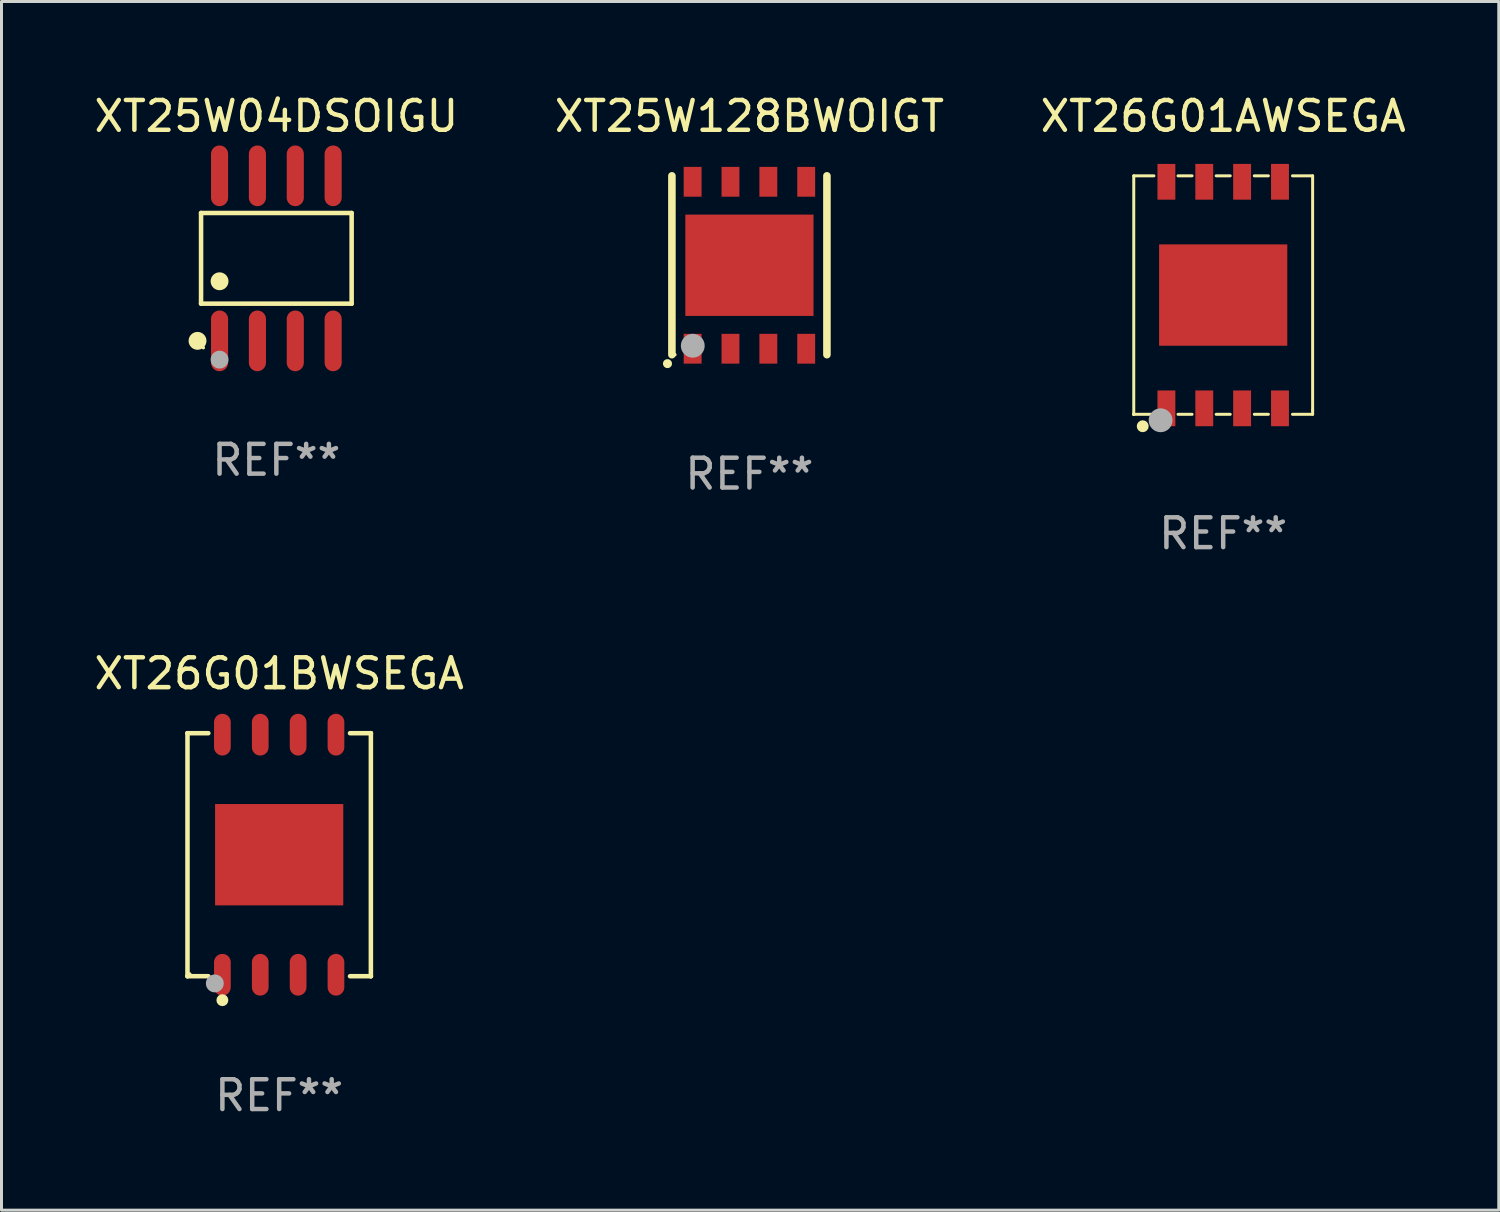
<source format=kicad_pcb>
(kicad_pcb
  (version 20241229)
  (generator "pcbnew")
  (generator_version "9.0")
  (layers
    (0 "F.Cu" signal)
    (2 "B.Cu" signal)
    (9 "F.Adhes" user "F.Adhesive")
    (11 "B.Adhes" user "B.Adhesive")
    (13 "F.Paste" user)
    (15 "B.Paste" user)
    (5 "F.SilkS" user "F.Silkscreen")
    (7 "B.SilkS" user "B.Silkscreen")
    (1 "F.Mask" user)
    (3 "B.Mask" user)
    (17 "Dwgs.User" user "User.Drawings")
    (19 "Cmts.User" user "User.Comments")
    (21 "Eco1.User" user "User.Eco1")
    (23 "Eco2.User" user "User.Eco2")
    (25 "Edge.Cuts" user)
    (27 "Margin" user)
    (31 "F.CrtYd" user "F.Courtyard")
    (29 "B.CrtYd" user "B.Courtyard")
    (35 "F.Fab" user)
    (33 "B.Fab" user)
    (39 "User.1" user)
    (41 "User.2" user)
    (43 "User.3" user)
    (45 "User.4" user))
  (footprint "XT25W04DSOIGU"
    (layer "F.Cu")
    (at 6.22 5.616)
    (property "Reference" "XT25W04DSOIGU" (at 0 -4.768 0) (layer "F.SilkS") (effects (font (size 1 1) (thickness 0.15))))
    (attr through_hole)
    (fp_line (start -2.526 -1.521) (end 2.526 -1.521) (stroke (width 0.152) (type solid)) (layer "F.SilkS"))
    (fp_line (start -2.526 1.521) (end -2.526 -1.521) (stroke (width 0.152) (type solid)) (layer "F.SilkS"))
    (fp_line (start 2.526 -1.521) (end 2.526 1.521) (stroke (width 0.152) (type solid)) (layer "F.SilkS"))
    (fp_line (start 2.526 1.521) (end -2.526 1.521) (stroke (width 0.152) (type solid)) (layer "F.SilkS"))
    (fp_circle (center -2.644 2.768) (end -2.494 2.768) (stroke (width 0.3) (type solid)) (fill no) (layer "F.SilkS"))
    (fp_circle (center -2.45 2.998) (end -2.42 2.998) (stroke (width 0.06) (type solid)) (fill no) (layer "F.SilkS"))
    (fp_circle (center -1.905 0.769) (end -1.755 0.769) (stroke (width 0.3) (type solid)) (fill no) (layer "F.SilkS"))
    (fp_circle (center -1.905 3.398) (end -1.755 3.398) (stroke (width 0.3) (type solid)) (fill no) (layer "F.Fab"))
    (fp_text user "REF**" (at 0 6.768 0) (layer "F.Fab") (effects (font (size 1 1) (thickness 0.15))))
    (pad "1" smd oval (at -1.905 2.768) (size 0.574 2.036) (layers "F.Cu" "F.Mask" "F.Paste"))
    (pad "2" smd oval (at -0.635 2.768) (size 0.574 2.036) (layers "F.Cu" "F.Mask" "F.Paste"))
    (pad "3" smd oval (at 0.635 2.768) (size 0.574 2.036) (layers "F.Cu" "F.Mask" "F.Paste"))
    (pad "4" smd oval (at 1.905 2.768) (size 0.574 2.036) (layers "F.Cu" "F.Mask" "F.Paste"))
    (pad "5" smd oval (at 1.905 -2.768) (size 0.574 2.036) (layers "F.Cu" "F.Mask" "F.Paste"))
    (pad "6" smd oval (at 0.635 -2.768) (size 0.574 2.036) (layers "F.Cu" "F.Mask" "F.Paste"))
    (pad "7" smd oval (at -0.635 -2.768) (size 0.574 2.036) (layers "F.Cu" "F.Mask" "F.Paste"))
    (pad "8" smd oval (at -1.905 -2.768) (size 0.574 2.036) (layers "F.Cu" "F.Mask" "F.Paste")))
  (footprint "XT25W128BWOIGT"
    (layer "F.Cu")
    (at 22.089 5.848)
    (property "Reference" "XT25W128BWOIGT" (at 0 -5 0) (layer "F.SilkS") (effects (font (size 1 1) (thickness 0.15))))
    (attr through_hole)
    (fp_line (start -2.6 3) (end -2.6 -3) (stroke (width 0.254) (type solid)) (layer "F.SilkS"))
    (fp_line (start 2.6 3) (end 2.6 -3) (stroke (width 0.254) (type solid)) (layer "F.SilkS"))
    (fp_arc (start -2.74986 3.300127) (mid -2.74859 3.300122) (end -2.74732 3.300127) (stroke (width 0.3) (type solid)) (layer "F.SilkS"))
    (fp_circle (center -2.5 3) (end -2.47 3) (stroke (width 0.06) (type solid)) (fill no) (layer "F.SilkS"))
    (fp_circle (center -1.9 2.7) (end -1.7 2.7) (stroke (width 0.4) (type solid)) (fill no) (layer "F.Fab"))
    (fp_text user "REF**" (at 0 7 0) (layer "F.Fab") (effects (font (size 1 1) (thickness 0.15))))
    (pad "1" smd rect (at -1.905 2.8 180) (size 0.6 1) (layers "F.Cu" "F.Mask" "F.Paste"))
    (pad "2" smd rect (at -0.635 2.8 180) (size 0.6 1) (layers "F.Cu" "F.Mask" "F.Paste"))
    (pad "3" smd rect (at 0.635 2.8 180) (size 0.6 1) (layers "F.Cu" "F.Mask" "F.Paste"))
    (pad "4" smd rect (at 1.905 2.8 180) (size 0.6 1) (layers "F.Cu" "F.Mask" "F.Paste"))
    (pad "5" smd rect (at 1.905 -2.8) (size 0.6 1) (layers "F.Cu" "F.Mask" "F.Paste"))
    (pad "6" smd rect (at 0.635 -2.8) (size 0.6 1) (layers "F.Cu" "F.Mask" "F.Paste"))
    (pad "7" smd rect (at -0.635 -2.8) (size 0.6 1) (layers "F.Cu" "F.Mask" "F.Paste"))
    (pad "8" smd rect (at -1.905 -2.8) (size 0.6 1) (layers "F.Cu" "F.Mask" "F.Paste"))
    (pad "9" smd rect (at 0.000127 0.000127 180) (size 4.3 3.4) (layers "F.Cu" "F.Mask" "F.Paste")))
  (footprint "XT26G01AWSEGA"
    (layer "F.Cu")
    (at 37.982 6.848)
    (property "Reference" "XT26G01AWSEGA" (at 0 -6 0) (layer "F.SilkS") (effects (font (size 1 1) (thickness 0.15))))
    (attr through_hole)
    (fp_line (start -3 -4) (end -3 4) (stroke (width 0.1) (type solid)) (layer "F.SilkS"))
    (fp_line (start -3 -4) (end -2.324 -4) (stroke (width 0.1) (type solid)) (layer "F.SilkS"))
    (fp_line (start -3 4) (end -2.324 4) (stroke (width 0.1) (type solid)) (layer "F.SilkS"))
    (fp_line (start -1.516 -4) (end -1.044 -4) (stroke (width 0.1) (type solid)) (layer "F.SilkS"))
    (fp_line (start -1.516 4) (end -1.044 4) (stroke (width 0.1) (type solid)) (layer "F.SilkS"))
    (fp_line (start -0.236 -4) (end 0.236 -4) (stroke (width 0.1) (type solid)) (layer "F.SilkS"))
    (fp_line (start -0.236 4) (end 0.236 4) (stroke (width 0.1) (type solid)) (layer "F.SilkS"))
    (fp_line (start 1.044 -4) (end 1.516 -4) (stroke (width 0.1) (type solid)) (layer "F.SilkS"))
    (fp_line (start 1.044 4) (end 1.516 4) (stroke (width 0.1) (type solid)) (layer "F.SilkS"))
    (fp_line (start 2.324 -4) (end 3 -4) (stroke (width 0.1) (type solid)) (layer "F.SilkS"))
    (fp_line (start 2.324 4) (end 3 4) (stroke (width 0.1) (type solid)) (layer "F.SilkS"))
    (fp_line (start 3 -4) (end 3 3.863) (stroke (width 0.1) (type solid)) (layer "F.SilkS"))
    (fp_line (start 3 3.863) (end 3 4) (stroke (width 0.1) (type solid)) (layer "F.SilkS"))
    (fp_circle (center -3 4) (end -2.97 4) (stroke (width 0.06) (type solid)) (fill no) (layer "F.SilkS"))
    (fp_circle (center -2.7 4.4) (end -2.6 4.4) (stroke (width 0.2) (type solid)) (fill no) (layer "F.SilkS"))
    (fp_circle (center -2.1 4.2) (end -1.9 4.2) (stroke (width 0.4) (type solid)) (fill no) (layer "F.Fab"))
    (fp_text user "REF**" (at 0 8 0) (layer "F.Fab") (effects (font (size 1 1) (thickness 0.15))))
    (pad "1" smd rect (at -1.905 3.8) (size 0.6 1.2) (layers "F.Cu" "F.Mask" "F.Paste"))
    (pad "2" smd rect (at -0.635 3.8) (size 0.6 1.2) (layers "F.Cu" "F.Mask" "F.Paste"))
    (pad "3" smd rect (at 0.635 3.8) (size 0.6 1.2) (layers "F.Cu" "F.Mask" "F.Paste"))
    (pad "4" smd rect (at 1.905 3.8) (size 0.6 1.2) (layers "F.Cu" "F.Mask" "F.Paste"))
    (pad "5" smd rect (at 1.905 -3.8) (size 0.6 1.2) (layers "F.Cu" "F.Mask" "F.Paste"))
    (pad "6" smd rect (at 0.635 -3.8) (size 0.6 1.2) (layers "F.Cu" "F.Mask" "F.Paste"))
    (pad "7" smd rect (at -0.635 -3.8) (size 0.6 1.2) (layers "F.Cu" "F.Mask" "F.Paste"))
    (pad "8" smd rect (at -1.905 -3.8) (size 0.6 1.2) (layers "F.Cu" "F.Mask" "F.Paste"))
    (pad "9" smd rect (at 0.000127 0.000025 90) (size 3.4 4.3) (layers "F.Cu" "F.Mask" "F.Paste")))
  (footprint "XT26G01BWSEGA"
    (layer "F.Cu")
    (at 6.315 25.621)
    (property "Reference" "XT26G01BWSEGA" (at 0 -6.076 0) (layer "F.SilkS") (effects (font (size 1 1) (thickness 0.15))))
    (attr through_hole)
    (fp_line (start -3.076 -4.076) (end -3.076 -4.076) (stroke (width 0.152) (type solid)) (layer "F.SilkS"))
    (fp_line (start -3.076 -4.076) (end -2.376 -4.076) (stroke (width 0.152) (type solid)) (layer "F.SilkS"))
    (fp_line (start -3.076 4.076) (end -3.076 -4.076) (stroke (width 0.152) (type solid)) (layer "F.SilkS"))
    (fp_line (start -3.076 4.076) (end -3.076 4.076) (stroke (width 0.152) (type solid)) (layer "F.SilkS"))
    (fp_line (start -2.376 4.076) (end -3.076 4.076) (stroke (width 0.152) (type solid)) (layer "F.SilkS"))
    (fp_line (start 2.376 4.076) (end 3.076 4.076) (stroke (width 0.152) (type solid)) (layer "F.SilkS"))
    (fp_line (start 3.076 -4.076) (end 2.376 -4.076) (stroke (width 0.152) (type solid)) (layer "F.SilkS"))
    (fp_line (start 3.076 -4.076) (end 3.076 -4.076) (stroke (width 0.152) (type solid)) (layer "F.SilkS"))
    (fp_line (start 3.076 4.076) (end 3.076 -4.076) (stroke (width 0.152) (type solid)) (layer "F.SilkS"))
    (fp_line (start 3.076 4.076) (end 3.076 4.076) (stroke (width 0.152) (type solid)) (layer "F.SilkS"))
    (fp_circle (center -3 4) (end -2.97 4) (stroke (width 0.06) (type solid)) (fill no) (layer "F.SilkS"))
    (fp_circle (center -1.905 4.88) (end -1.805 4.88) (stroke (width 0.2) (type solid)) (fill no) (layer "F.SilkS"))
    (fp_circle (center -2.159 4.318) (end -2.009 4.318) (stroke (width 0.3) (type solid)) (fill no) (layer "F.Fab"))
    (fp_text user "REF**" (at 0 8.076 0) (layer "F.Fab") (effects (font (size 1 1) (thickness 0.15))))
    (pad "1" smd oval (at -1.905 4.027) (size 0.56 1.4) (layers "F.Cu" "F.Mask" "F.Paste"))
    (pad "2" smd oval (at -0.635 4.027) (size 0.56 1.4) (layers "F.Cu" "F.Mask" "F.Paste"))
    (pad "3" smd oval (at 0.635 4.027) (size 0.56 1.4) (layers "F.Cu" "F.Mask" "F.Paste"))
    (pad "4" smd oval (at 1.905 4.027) (size 0.56 1.4) (layers "F.Cu" "F.Mask" "F.Paste"))
    (pad "5" smd oval (at 1.905 -4.027) (size 0.56 1.4) (layers "F.Cu" "F.Mask" "F.Paste"))
    (pad "6" smd oval (at 0.635 -4.027) (size 0.56 1.4) (layers "F.Cu" "F.Mask" "F.Paste"))
    (pad "7" smd oval (at -0.635 -4.027) (size 0.56 1.4) (layers "F.Cu" "F.Mask" "F.Paste"))
    (pad "8" smd oval (at -1.905 -4.027) (size 0.56 1.4) (layers "F.Cu" "F.Mask" "F.Paste"))
    (pad "9" smd rect (at 0 0) (size 4.3 3.4) (layers "F.Cu" "F.Mask" "F.Paste")))
  (gr_rect
    (start -3 -3)
    (end 47.226 37.545)
    (stroke (width 0.1) (type default))
    (fill no)
    (layer "Edge.Cuts")))
</source>
